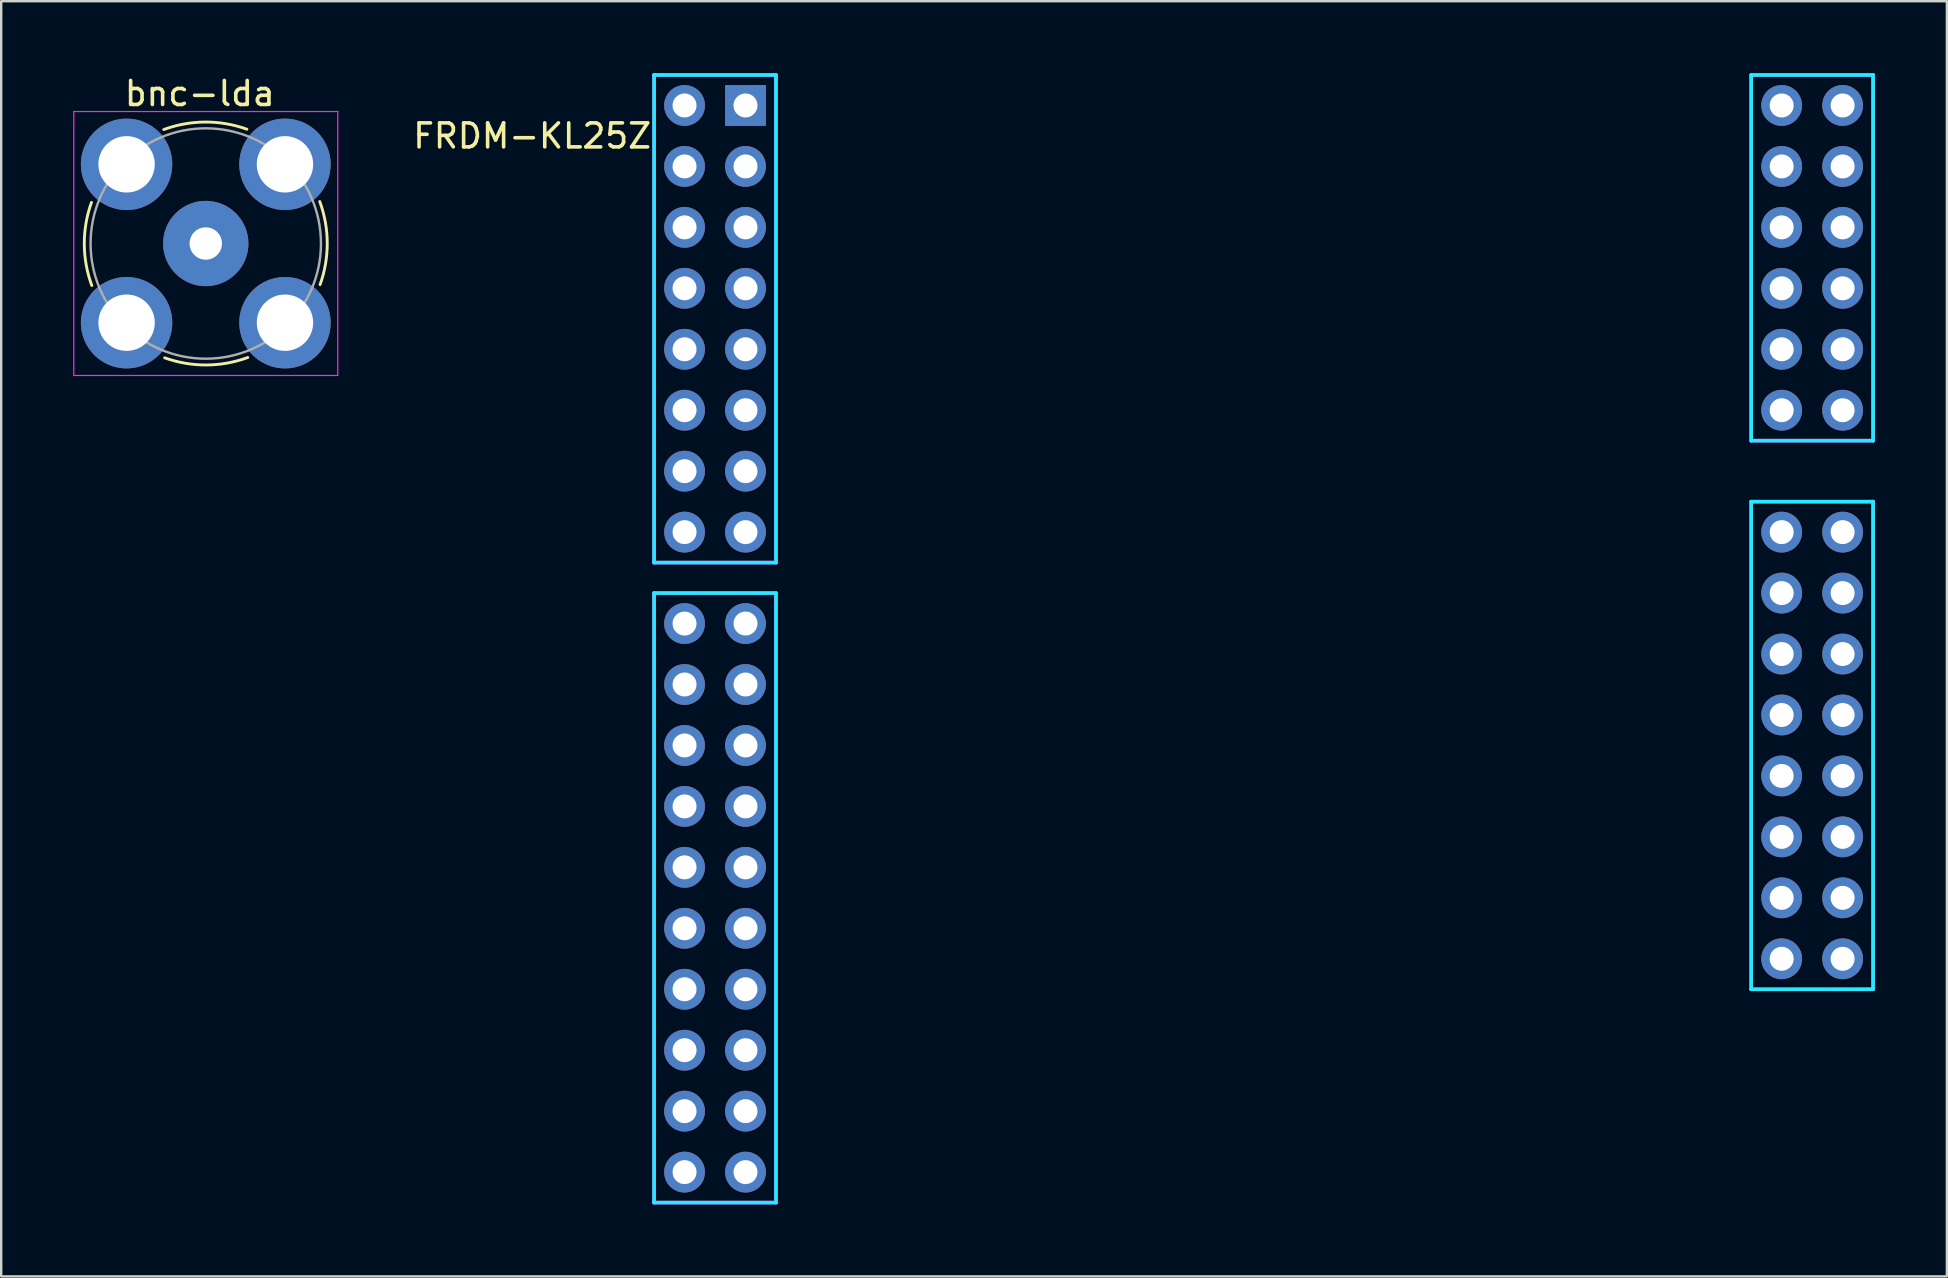
<source format=kicad_pcb>
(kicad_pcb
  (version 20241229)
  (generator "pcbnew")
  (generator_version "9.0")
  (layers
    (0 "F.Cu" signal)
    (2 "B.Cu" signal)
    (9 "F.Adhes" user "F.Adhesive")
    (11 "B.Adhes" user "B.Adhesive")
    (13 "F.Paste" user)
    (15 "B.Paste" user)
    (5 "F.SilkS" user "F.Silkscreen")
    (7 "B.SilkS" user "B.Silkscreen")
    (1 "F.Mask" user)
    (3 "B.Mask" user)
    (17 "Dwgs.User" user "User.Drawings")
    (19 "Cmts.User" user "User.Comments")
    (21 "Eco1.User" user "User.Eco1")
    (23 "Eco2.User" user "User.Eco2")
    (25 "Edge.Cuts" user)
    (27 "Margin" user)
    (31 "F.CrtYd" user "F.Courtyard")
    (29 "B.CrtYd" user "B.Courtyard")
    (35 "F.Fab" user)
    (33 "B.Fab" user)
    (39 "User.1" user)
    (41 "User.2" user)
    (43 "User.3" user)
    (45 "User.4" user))
  (footprint "FRDM-KL25Z"
    (layer "F.Cu")
    (at 28.017 1.345)
    (property "Reference" "FRDM-KL25Z" (at -8.89 1.27 0) (layer "F.SilkS") (effects (font (size 1 1) (thickness 0.15))))
    (attr through_hole)
    (fp_line (start -3.81 -1.27) (end -3.81 19.05) (stroke (width 0.15) (type solid)) (layer "B.CrtYd"))
    (fp_line (start -3.81 19.05) (end 1.27 19.05) (stroke (width 0.15) (type solid)) (layer "B.CrtYd"))
    (fp_line (start -3.81 20.32) (end -3.81 45.72) (stroke (width 0.15) (type solid)) (layer "B.CrtYd"))
    (fp_line (start -3.81 45.72) (end 1.27 45.72) (stroke (width 0.15) (type solid)) (layer "B.CrtYd"))
    (fp_line (start 1.27 -1.27) (end -3.81 -1.27) (stroke (width 0.15) (type solid)) (layer "B.CrtYd"))
    (fp_line (start 1.27 19.05) (end 1.27 -1.27) (stroke (width 0.15) (type solid)) (layer "B.CrtYd"))
    (fp_line (start 1.27 20.32) (end -3.81 20.32) (stroke (width 0.15) (type solid)) (layer "B.CrtYd"))
    (fp_line (start 1.27 45.72) (end 1.27 20.32) (stroke (width 0.15) (type solid)) (layer "B.CrtYd"))
    (fp_line (start 41.91 -1.27) (end 41.91 13.97) (stroke (width 0.15) (type solid)) (layer "B.CrtYd"))
    (fp_line (start 41.91 13.97) (end 46.99 13.97) (stroke (width 0.15) (type solid)) (layer "B.CrtYd"))
    (fp_line (start 41.91 16.51) (end 41.91 36.83) (stroke (width 0.15) (type solid)) (layer "B.CrtYd"))
    (fp_line (start 41.91 36.83) (end 46.99 36.83) (stroke (width 0.15) (type solid)) (layer "B.CrtYd"))
    (fp_line (start 46.99 -1.27) (end 41.91 -1.27) (stroke (width 0.15) (type solid)) (layer "B.CrtYd"))
    (fp_line (start 46.99 13.97) (end 46.99 -1.27) (stroke (width 0.15) (type solid)) (layer "B.CrtYd"))
    (fp_line (start 46.99 16.51) (end 41.91 16.51) (stroke (width 0.15) (type solid)) (layer "B.CrtYd"))
    (fp_line (start 46.99 36.83) (end 46.99 16.51) (stroke (width 0.15) (type solid)) (layer "B.CrtYd"))
    (fp_line (start -3.81 -1.27) (end -3.81 19.05) (stroke (width 0.15) (type solid)) (layer "F.CrtYd"))
    (fp_line (start -3.81 19.05) (end 1.27 19.05) (stroke (width 0.15) (type solid)) (layer "F.CrtYd"))
    (fp_line (start -3.81 20.32) (end -3.81 45.72) (stroke (width 0.15) (type solid)) (layer "F.CrtYd"))
    (fp_line (start -3.81 45.72) (end 1.27 45.72) (stroke (width 0.15) (type solid)) (layer "F.CrtYd"))
    (fp_line (start 1.27 -1.27) (end -3.81 -1.27) (stroke (width 0.15) (type solid)) (layer "F.CrtYd"))
    (fp_line (start 1.27 19.05) (end 1.27 -1.27) (stroke (width 0.15) (type solid)) (layer "F.CrtYd"))
    (fp_line (start 1.27 20.32) (end -3.81 20.32) (stroke (width 0.15) (type solid)) (layer "F.CrtYd"))
    (fp_line (start 1.27 45.72) (end 1.27 20.32) (stroke (width 0.15) (type solid)) (layer "F.CrtYd"))
    (fp_line (start 41.91 -1.27) (end 41.91 13.97) (stroke (width 0.15) (type solid)) (layer "F.CrtYd"))
    (fp_line (start 41.91 13.97) (end 46.99 13.97) (stroke (width 0.15) (type solid)) (layer "F.CrtYd"))
    (fp_line (start 41.91 16.51) (end 41.91 36.83) (stroke (width 0.15) (type solid)) (layer "F.CrtYd"))
    (fp_line (start 41.91 36.83) (end 46.99 36.83) (stroke (width 0.15) (type solid)) (layer "F.CrtYd"))
    (fp_line (start 46.99 -1.27) (end 41.91 -1.27) (stroke (width 0.15) (type solid)) (layer "F.CrtYd"))
    (fp_line (start 46.99 13.97) (end 46.99 -1.27) (stroke (width 0.15) (type solid)) (layer "F.CrtYd"))
    (fp_line (start 46.99 16.51) (end 41.91 16.51) (stroke (width 0.15) (type solid)) (layer "F.CrtYd"))
    (fp_line (start 46.99 36.83) (end 46.99 16.51) (stroke (width 0.15) (type solid)) (layer "F.CrtYd"))
    (pad "1" thru_hole rect (at 0 0) (size 1.7 1.7) (drill 1) (layers "*.Cu" "*.Mask"))
    (pad "2" thru_hole circle (at -2.54 0) (size 1.7 1.7) (drill 1) (layers "*.Cu" "*.Mask"))
    (pad "3" thru_hole circle (at 0 2.54) (size 1.7 1.7) (drill 1) (layers "*.Cu" "*.Mask"))
    (pad "4" thru_hole circle (at -2.54 2.54) (size 1.7 1.7) (drill 1) (layers "*.Cu" "*.Mask"))
    (pad "5" thru_hole circle (at 0 5.08) (size 1.7 1.7) (drill 1) (layers "*.Cu" "*.Mask"))
    (pad "6" thru_hole circle (at -2.54 5.08) (size 1.7 1.7) (drill 1) (layers "*.Cu" "*.Mask"))
    (pad "7" thru_hole circle (at 0 7.62) (size 1.7 1.7) (drill 1) (layers "*.Cu" "*.Mask"))
    (pad "8" thru_hole circle (at -2.54 7.62) (size 1.7 1.7) (drill 1) (layers "*.Cu" "*.Mask"))
    (pad "9" thru_hole circle (at 0 10.16) (size 1.7 1.7) (drill 1) (layers "*.Cu" "*.Mask"))
    (pad "10" thru_hole circle (at -2.54 10.16) (size 1.7 1.7) (drill 1) (layers "*.Cu" "*.Mask"))
    (pad "11" thru_hole circle (at 0 12.7) (size 1.7 1.7) (drill 1) (layers "*.Cu" "*.Mask"))
    (pad "12" thru_hole circle (at -2.54 12.7) (size 1.7 1.7) (drill 1) (layers "*.Cu" "*.Mask"))
    (pad "13" thru_hole circle (at 0 15.24) (size 1.7 1.7) (drill 1) (layers "*.Cu" "*.Mask"))
    (pad "14" thru_hole circle (at -2.54 15.24) (size 1.7 1.7) (drill 1) (layers "*.Cu" "*.Mask"))
    (pad "15" thru_hole circle (at 0 17.78) (size 1.7 1.7) (drill 1) (layers "*.Cu" "*.Mask"))
    (pad "16" thru_hole circle (at -2.54 17.78) (size 1.7 1.7) (drill 1) (layers "*.Cu" "*.Mask"))
    (pad "17" thru_hole circle (at 0 21.59) (size 1.7 1.7) (drill 1) (layers "*.Cu" "*.Mask"))
    (pad "18" thru_hole circle (at -2.54 21.59) (size 1.7 1.7) (drill 1) (layers "*.Cu" "*.Mask"))
    (pad "19" thru_hole circle (at 0 24.13) (size 1.7 1.7) (drill 1) (layers "*.Cu" "*.Mask"))
    (pad "20" thru_hole circle (at -2.54 24.13) (size 1.7 1.7) (drill 1) (layers "*.Cu" "*.Mask"))
    (pad "21" thru_hole circle (at 0 26.67) (size 1.7 1.7) (drill 1) (layers "*.Cu" "*.Mask"))
    (pad "22" thru_hole circle (at -2.54 26.67) (size 1.7 1.7) (drill 1) (layers "*.Cu" "*.Mask"))
    (pad "23" thru_hole circle (at 0 29.21) (size 1.7 1.7) (drill 1) (layers "*.Cu" "*.Mask"))
    (pad "24" thru_hole circle (at -2.54 29.21) (size 1.7 1.7) (drill 1) (layers "*.Cu" "*.Mask"))
    (pad "25" thru_hole circle (at 0 31.75) (size 1.7 1.7) (drill 1) (layers "*.Cu" "*.Mask"))
    (pad "26" thru_hole circle (at -2.54 31.75) (size 1.7 1.7) (drill 1) (layers "*.Cu" "*.Mask"))
    (pad "27" thru_hole circle (at 0 34.29) (size 1.7 1.7) (drill 1) (layers "*.Cu" "*.Mask"))
    (pad "28" thru_hole circle (at -2.54 34.29) (size 1.7 1.7) (drill 1) (layers "*.Cu" "*.Mask"))
    (pad "29" thru_hole circle (at 0 36.83) (size 1.7 1.7) (drill 1) (layers "*.Cu" "*.Mask"))
    (pad "30" thru_hole circle (at -2.54 36.83) (size 1.7 1.7) (drill 1) (layers "*.Cu" "*.Mask"))
    (pad "31" thru_hole circle (at 0 39.37) (size 1.7 1.7) (drill 1) (layers "*.Cu" "*.Mask"))
    (pad "32" thru_hole circle (at -2.54 39.37) (size 1.7 1.7) (drill 1) (layers "*.Cu" "*.Mask"))
    (pad "33" thru_hole circle (at 0 41.91) (size 1.7 1.7) (drill 1) (layers "*.Cu" "*.Mask"))
    (pad "34" thru_hole circle (at -2.54 41.91) (size 1.7 1.7) (drill 1) (layers "*.Cu" "*.Mask"))
    (pad "35" thru_hole circle (at 0 44.45) (size 1.7 1.7) (drill 1) (layers "*.Cu" "*.Mask"))
    (pad "36" thru_hole circle (at -2.54 44.45) (size 1.7 1.7) (drill 1) (layers "*.Cu" "*.Mask"))
    (pad "37" thru_hole circle (at 45.72 0) (size 1.7 1.7) (drill 1) (layers "*.Cu" "*.Mask"))
    (pad "38" thru_hole circle (at 43.18 0) (size 1.7 1.7) (drill 1) (layers "*.Cu" "*.Mask"))
    (pad "39" thru_hole circle (at 45.72 2.54) (size 1.7 1.7) (drill 1) (layers "*.Cu" "*.Mask"))
    (pad "40" thru_hole circle (at 43.18 2.54) (size 1.7 1.7) (drill 1) (layers "*.Cu" "*.Mask"))
    (pad "41" thru_hole circle (at 45.72 5.08) (size 1.7 1.7) (drill 1) (layers "*.Cu" "*.Mask"))
    (pad "42" thru_hole circle (at 43.18 5.08) (size 1.7 1.7) (drill 1) (layers "*.Cu" "*.Mask"))
    (pad "43" thru_hole circle (at 45.72 7.62) (size 1.7 1.7) (drill 1) (layers "*.Cu" "*.Mask"))
    (pad "44" thru_hole circle (at 45.72 10.16) (size 1.7 1.7) (drill 1) (layers "*.Cu" "*.Mask"))
    (pad "45" thru_hole circle (at 43.18 7.62) (size 1.7 1.7) (drill 1) (layers "*.Cu" "*.Mask"))
    (pad "46" thru_hole circle (at 43.18 10.16) (size 1.7 1.7) (drill 1) (layers "*.Cu" "*.Mask"))
    (pad "47" thru_hole circle (at 45.72 12.7) (size 1.7 1.7) (drill 1) (layers "*.Cu" "*.Mask"))
    (pad "48" thru_hole circle (at 43.18 12.7) (size 1.7 1.7) (drill 1) (layers "*.Cu" "*.Mask"))
    (pad "49" thru_hole circle (at 45.72 17.78) (size 1.7 1.7) (drill 1) (layers "*.Cu" "*.Mask"))
    (pad "50" thru_hole circle (at 43.18 17.78) (size 1.7 1.7) (drill 1) (layers "*.Cu" "*.Mask"))
    (pad "51" thru_hole circle (at 45.72 20.32) (size 1.7 1.7) (drill 1) (layers "*.Cu" "*.Mask"))
    (pad "52" thru_hole circle (at 43.18 20.32) (size 1.7 1.7) (drill 1) (layers "*.Cu" "*.Mask"))
    (pad "53" thru_hole circle (at 45.72 22.86) (size 1.7 1.7) (drill 1) (layers "*.Cu" "*.Mask"))
    (pad "54" thru_hole circle (at 43.18 22.86) (size 1.7 1.7) (drill 1) (layers "*.Cu" "*.Mask"))
    (pad "55" thru_hole circle (at 45.72 25.4) (size 1.7 1.7) (drill 1) (layers "*.Cu" "*.Mask"))
    (pad "56" thru_hole circle (at 43.18 25.4) (size 1.7 1.7) (drill 1) (layers "*.Cu" "*.Mask"))
    (pad "57" thru_hole circle (at 45.72 27.94) (size 1.7 1.7) (drill 1) (layers "*.Cu" "*.Mask"))
    (pad "58" thru_hole circle (at 43.18 27.94) (size 1.7 1.7) (drill 1) (layers "*.Cu" "*.Mask"))
    (pad "59" thru_hole circle (at 45.72 30.48) (size 1.7 1.7) (drill 1) (layers "*.Cu" "*.Mask"))
    (pad "60" thru_hole circle (at 43.18 30.48) (size 1.7 1.7) (drill 1) (layers "*.Cu" "*.Mask"))
    (pad "61" thru_hole circle (at 45.72 33.02) (size 1.7 1.7) (drill 1) (layers "*.Cu" "*.Mask"))
    (pad "62" thru_hole circle (at 43.18 33.02) (size 1.7 1.7) (drill 1) (layers "*.Cu" "*.Mask"))
    (pad "63" thru_hole circle (at 45.72 35.56) (size 1.7 1.7) (drill 1) (layers "*.Cu" "*.Mask"))
    (pad "64" thru_hole circle (at 43.18 35.56) (size 1.7 1.7) (drill 1) (layers "*.Cu" "*.Mask")))
  (footprint "bnc-lda"
    (layer "F.Cu")
    (at 5.525 7.098)
    (property "Reference" "bnc-lda" (at -0.25 -6.25 0) (layer "F.SilkS") (effects (font (size 1 1) (thickness 0.15))))
    (attr through_hole)
    (fp_arc (start -4.75 1.75) (mid -5.062075 0.019867) (end -4.763589 -1.712663) (stroke (width 0.12) (type solid)) (layer "F.SilkS"))
    (fp_arc (start -1.75 -4.75) (mid -0.019867 -5.062075) (end 1.712663 -4.763589) (stroke (width 0.12) (type solid)) (layer "F.SilkS"))
    (fp_arc (start 1.75 4.75) (mid 0.019867 5.062075) (end -1.712663 4.763589) (stroke (width 0.12) (type solid)) (layer "F.SilkS"))
    (fp_arc (start 4.75 -1.75) (mid 5.062075 -0.019867) (end 4.763589 1.712663) (stroke (width 0.12) (type solid)) (layer "F.SilkS"))
    (fp_line (start -5.5 -5.5) (end 5.5 -5.5) (stroke (width 0.05) (type solid)) (layer "F.CrtYd"))
    (fp_line (start -5.5 5.5) (end -5.5 -5.5) (stroke (width 0.05) (type solid)) (layer "F.CrtYd"))
    (fp_line (start 5.5 -5.5) (end 5.5 5.5) (stroke (width 0.05) (type solid)) (layer "F.CrtYd"))
    (fp_line (start 5.5 5.5) (end -5.5 5.5) (stroke (width 0.05) (type solid)) (layer "F.CrtYd"))
    (fp_circle (center 0 0) (end 4.8 0) (stroke (width 0.1) (type solid)) (fill no) (layer "F.Fab"))
    (pad "1" thru_hole circle (at 0 0) (size 3.556 3.556) (drill 1.35) (layers "*.Cu" "*.Mask"))
    (pad "2" thru_hole circle (at -3.3 -3.3) (size 3.81 3.81) (drill 2.35) (layers "*.Cu" "*.Mask"))
    (pad "2" thru_hole circle (at -3.3 3.3) (size 3.81 3.81) (drill 2.35) (layers "*.Cu" "*.Mask"))
    (pad "2" thru_hole circle (at 3.3 -3.3) (size 3.81 3.81) (drill 2.35) (layers "*.Cu" "*.Mask"))
    (pad "2" thru_hole circle (at 3.3 3.3) (size 3.81 3.81) (drill 2.35) (layers "*.Cu" "*.Mask")))
  (gr_rect
    (start -3 -3)
    (end 78.082 50.14)
    (stroke (width 0.1) (type default))
    (fill no)
    (layer "Edge.Cuts")))
</source>
